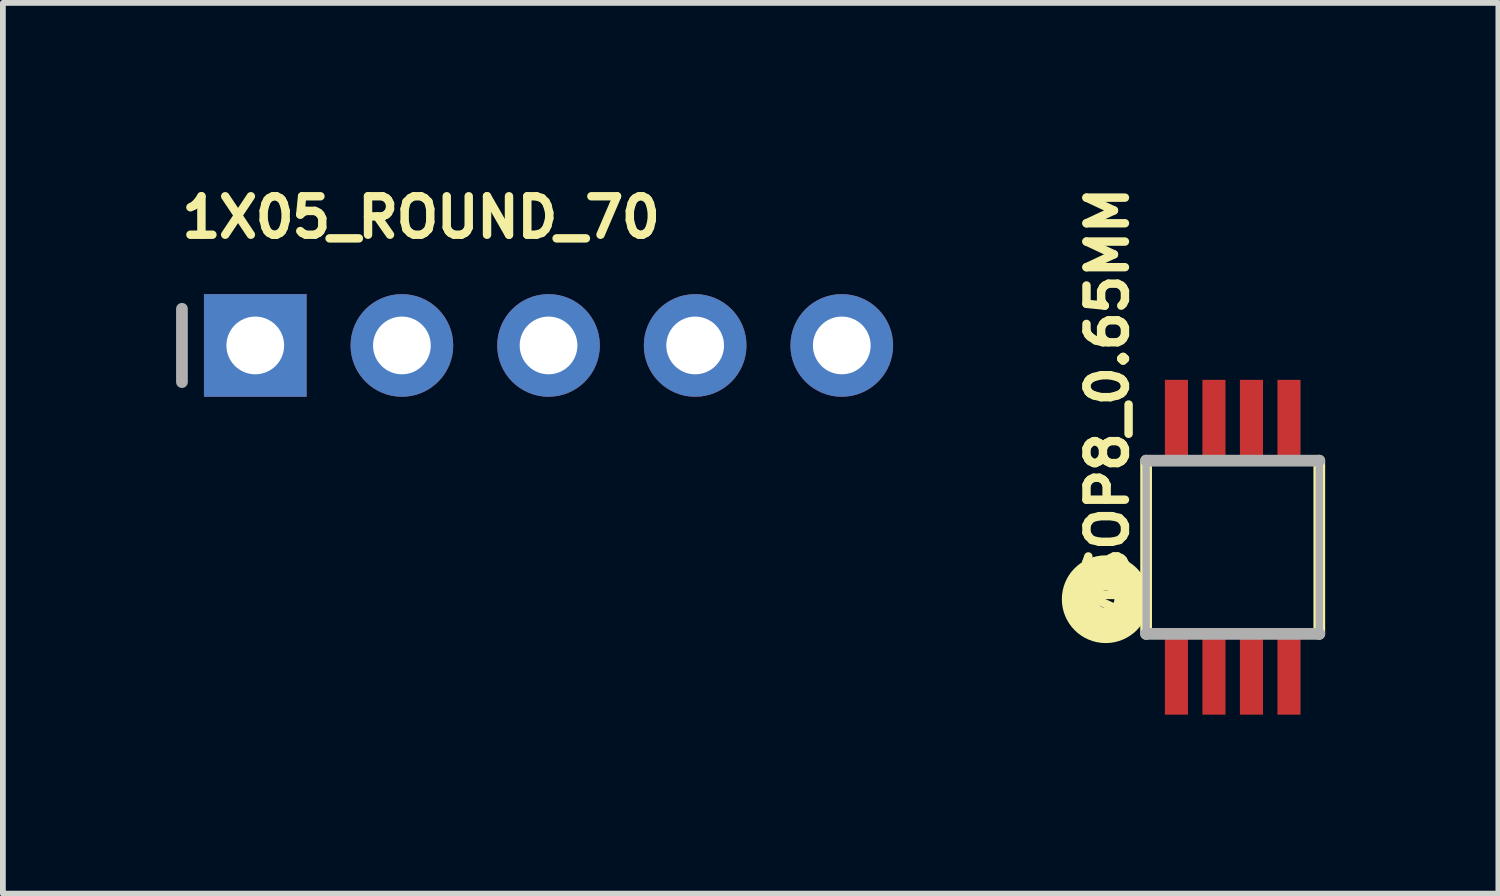
<source format=kicad_pcb>
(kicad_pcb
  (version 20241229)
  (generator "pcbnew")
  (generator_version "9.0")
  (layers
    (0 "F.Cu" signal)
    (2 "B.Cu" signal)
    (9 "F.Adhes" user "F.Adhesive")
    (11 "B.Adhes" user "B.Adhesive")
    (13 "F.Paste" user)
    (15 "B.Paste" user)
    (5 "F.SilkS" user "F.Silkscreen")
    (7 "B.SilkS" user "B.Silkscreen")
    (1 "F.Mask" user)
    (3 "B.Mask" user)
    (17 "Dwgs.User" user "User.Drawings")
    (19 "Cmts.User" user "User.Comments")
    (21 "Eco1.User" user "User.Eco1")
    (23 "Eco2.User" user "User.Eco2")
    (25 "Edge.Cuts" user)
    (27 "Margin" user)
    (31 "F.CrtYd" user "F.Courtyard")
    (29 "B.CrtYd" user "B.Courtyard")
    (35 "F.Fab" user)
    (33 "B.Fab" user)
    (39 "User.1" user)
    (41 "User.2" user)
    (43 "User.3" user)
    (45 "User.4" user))
  (footprint "MSOP8_0.65MM"
    (layer "F.Cu")
    (at 18.304 6.43)
    (property "Reference" "MSOP8_0.65MM" (at -1.778 1.524 90) (unlocked yes) (layer "F.SilkS") (effects (font (size 0.666 0.666) (thickness 0.146)) (justify left bottom)))
    (fp_poly (pts (xy -1.25 -1.4) (xy -0.7 -1.4) (xy -0.7 -3) (xy -1.25 -3)) (stroke (width 0) (type default)) (fill yes) (layer "F.Mask"))
    (fp_poly (pts (xy -1.25 3) (xy -0.7 3) (xy -0.7 1.4) (xy -1.25 1.4)) (stroke (width 0) (type default)) (fill yes) (layer "F.Mask"))
    (fp_poly (pts (xy -0.6 -1.4) (xy -0.05 -1.4) (xy -0.05 -3) (xy -0.6 -3)) (stroke (width 0) (type default)) (fill yes) (layer "F.Mask"))
    (fp_poly (pts (xy -0.6 3) (xy -0.05 3) (xy -0.05 1.4) (xy -0.6 1.4)) (stroke (width 0) (type default)) (fill yes) (layer "F.Mask"))
    (fp_poly (pts (xy 0.05 -1.4) (xy 0.6 -1.4) (xy 0.6 -3) (xy 0.05 -3)) (stroke (width 0) (type default)) (fill yes) (layer "F.Mask"))
    (fp_poly (pts (xy 0.05 3) (xy 0.6 3) (xy 0.6 1.4) (xy 0.05 1.4)) (stroke (width 0) (type default)) (fill yes) (layer "F.Mask"))
    (fp_poly (pts (xy 0.7 -1.4) (xy 1.25 -1.4) (xy 1.25 -3) (xy 0.7 -3)) (stroke (width 0) (type default)) (fill yes) (layer "F.Mask"))
    (fp_poly (pts (xy 0.7 3) (xy 1.25 3) (xy 1.25 1.4) (xy 0.7 1.4)) (stroke (width 0) (type default)) (fill yes) (layer "F.Mask"))
    (fp_line (start -1.5 -1.5) (end -1.5 1.5) (stroke (width 0.203) (type solid)) (layer "F.SilkS"))
    (fp_line (start 1.5 1.5) (end 1.5 -1.5) (stroke (width 0.203) (type solid)) (layer "F.SilkS"))
    (fp_circle (center -2.2 0.9) (end -2.05 0.9) (stroke (width 0.61) (type solid)) (fill no) (layer "F.SilkS"))
    (fp_line (start -1.5 -1.5) (end -1.5 1.5) (stroke (width 0.127) (type solid)) (layer "F.Fab"))
    (fp_line (start -1.5 1.5) (end 1.5 1.5) (stroke (width 0.203) (type solid)) (layer "F.Fab"))
    (fp_line (start 1.5 -1.5) (end -1.5 -1.5) (stroke (width 0.203) (type solid)) (layer "F.Fab"))
    (fp_line (start 1.5 1.5) (end 1.5 -1.5) (stroke (width 0.127) (type solid)) (layer "F.Fab"))
    (pad "1" smd rect (at -0.975 2.2 90) (size 1.4 0.4) (layers "F.Cu" "F.Paste"))
    (pad "2" smd rect (at -0.325 2.2 90) (size 1.4 0.4) (layers "F.Cu" "F.Paste"))
    (pad "3" smd rect (at 0.325 2.2 90) (size 1.4 0.4) (layers "F.Cu" "F.Paste"))
    (pad "4" smd rect (at 0.975 2.2 90) (size 1.4 0.4) (layers "F.Cu" "F.Paste"))
    (pad "5" smd rect (at 0.975 -2.2 90) (size 1.4 0.4) (layers "F.Cu" "F.Paste"))
    (pad "6" smd rect (at 0.325 -2.2 90) (size 1.4 0.4) (layers "F.Cu" "F.Paste"))
    (pad "7" smd rect (at -0.325 -2.2 90) (size 1.4 0.4) (layers "F.Cu" "F.Paste"))
    (pad "8" smd rect (at -0.975 -2.2 90) (size 1.4 0.4) (layers "F.Cu" "F.Paste")))
  (footprint "1X05_ROUND_70"
    (layer "F.Cu")
    (at 6.452 2.934)
    (property "Reference" "1X05_ROUND_70" (at -6.426 -1.829 0) (unlocked yes) (layer "F.SilkS") (effects (font (size 0.666 0.666) (thickness 0.146)) (justify left bottom)))
    (fp_line (start -6.35 -0.635) (end -6.35 0.635) (stroke (width 0.203) (type solid)) (layer "F.Fab"))
    (fp_poly (pts (xy -5.334 0.254) (xy -4.826 0.254) (xy -4.826 -0.254) (xy -5.334 -0.254)) (stroke (width 0.1) (type default)) (fill no) (layer "F.Fab"))
    (fp_poly (pts (xy -2.794 0.254) (xy -2.286 0.254) (xy -2.286 -0.254) (xy -2.794 -0.254)) (stroke (width 0.1) (type default)) (fill no) (layer "F.Fab"))
    (fp_poly (pts (xy -0.254 0.254) (xy 0.254 0.254) (xy 0.254 -0.254) (xy -0.254 -0.254)) (stroke (width 0.1) (type default)) (fill no) (layer "F.Fab"))
    (fp_poly (pts (xy 2.286 0.254) (xy 2.794 0.254) (xy 2.794 -0.254) (xy 2.286 -0.254)) (stroke (width 0.1) (type default)) (fill no) (layer "F.Fab"))
    (fp_poly (pts (xy 4.826 0.254) (xy 5.334 0.254) (xy 5.334 -0.254) (xy 4.826 -0.254)) (stroke (width 0.1) (type default)) (fill no) (layer "F.Fab"))
    (pad "1" thru_hole rect (at -5.08 0 90) (size 1.778 1.778) (drill 1) (layers "*.Cu" "*.Mask"))
    (pad "2" thru_hole circle (at -2.54 0 90) (size 1.778 1.778) (drill 1) (layers "*.Cu" "*.Mask"))
    (pad "3" thru_hole circle (at 0 0 90) (size 1.778 1.778) (drill 1) (layers "*.Cu" "*.Mask"))
    (pad "4" thru_hole circle (at 2.54 0 90) (size 1.778 1.778) (drill 1) (layers "*.Cu" "*.Mask"))
    (pad "5" thru_hole circle (at 5.08 0 90) (size 1.778 1.778) (drill 1) (layers "*.Cu" "*.Mask")))
  (gr_rect
    (start -3 -3)
    (end 22.906 12.43)
    (stroke (width 0.1) (type default))
    (fill no)
    (layer "Edge.Cuts")))
</source>
